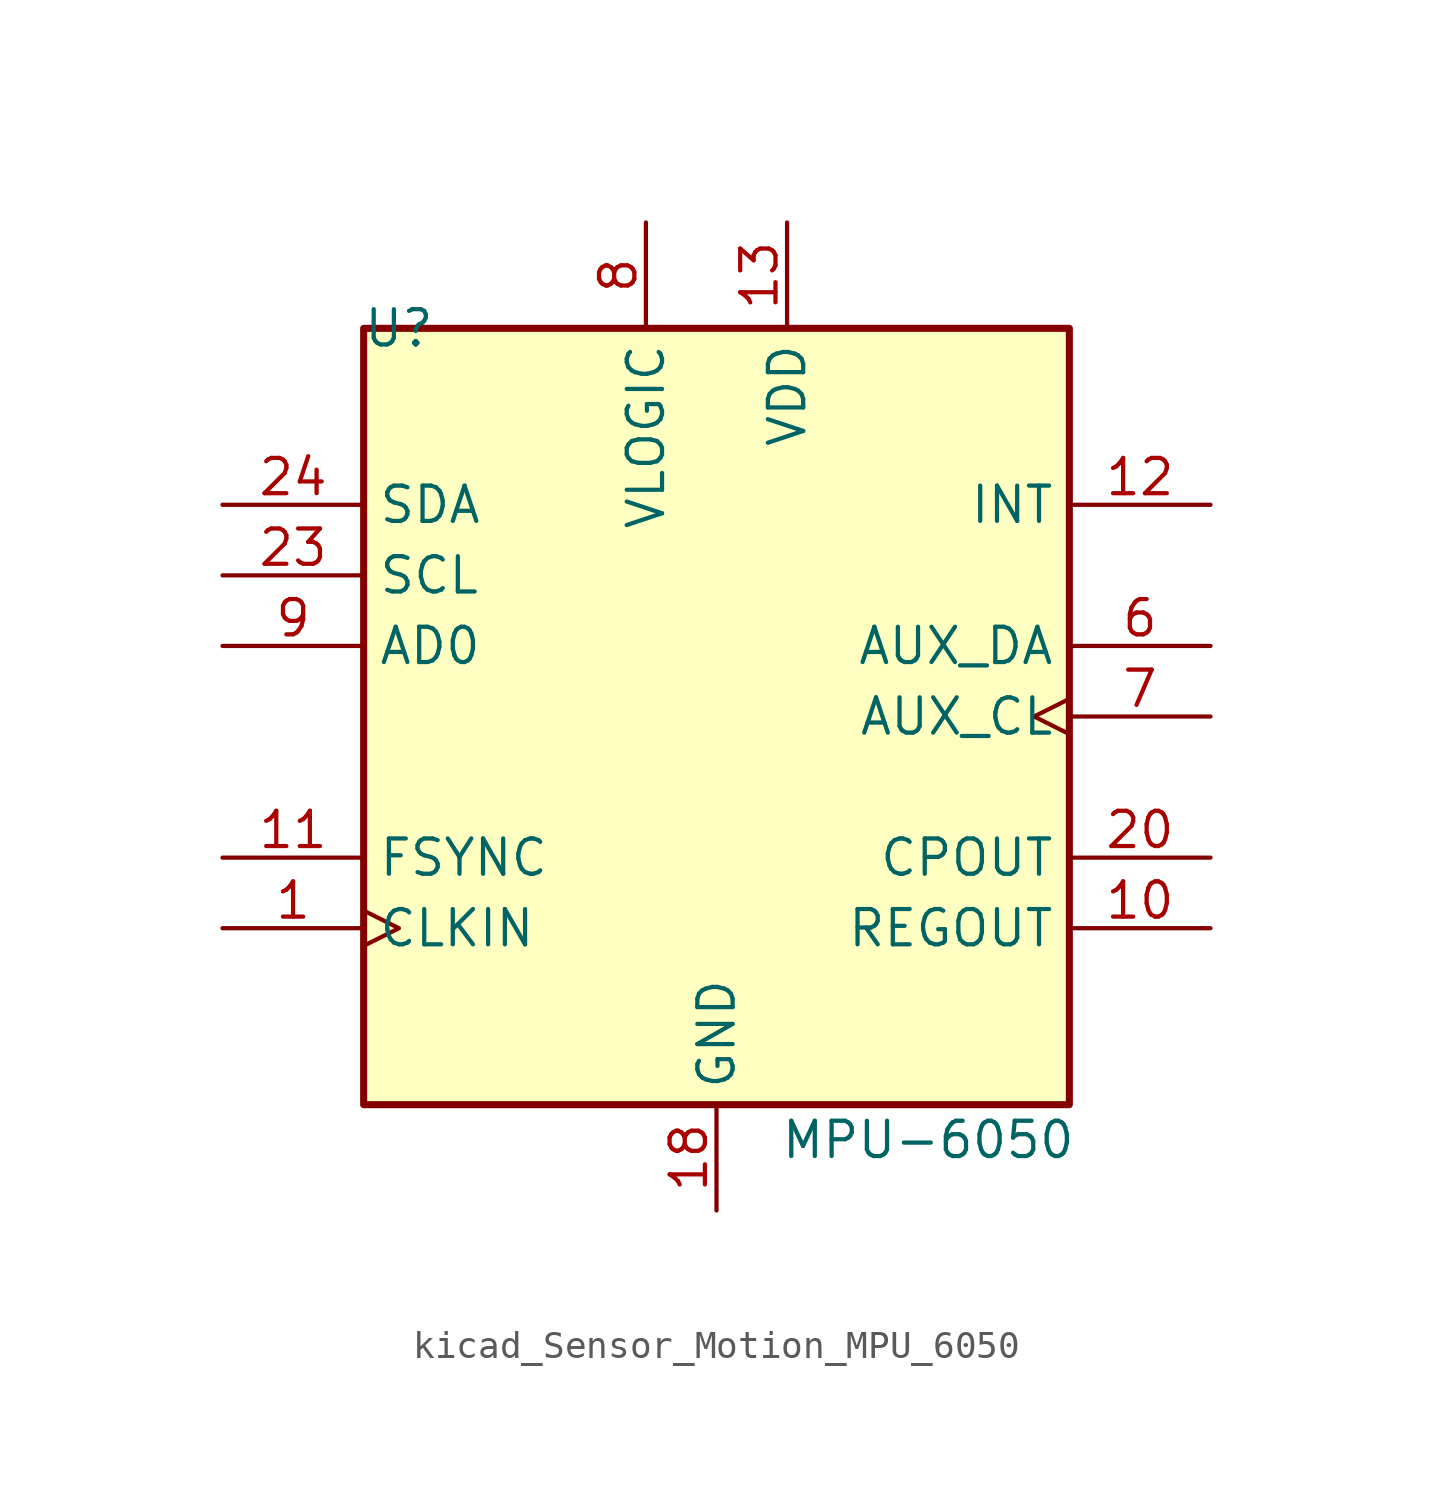
<source format=kicad_sym>
(kicad_symbol_lib
  (version 20220914)
  (generator kicad_symbol_editor)
  (symbol "kicad_Sensor_Motion_MPU_6050"
    (property "Reference" "U"
      (at -11.43 13.97 0)
      (effects (font (size 1.27 1.27))))
    (property "Value" "MPU-6050"
      (at 7.62 -15.24 0)
      (effects (font (size 1.27 1.27))))
    (symbol "kicad_Sensor_Motion_MPU_6050_0_0"
      (text "" (at 12.7 -2.54 0) (effects (font (size 1.27 1.27)))))
    (symbol "kicad_Sensor_Motion_MPU_6050_0_1"
      (rectangle (start -12.7 13.97) (end 12.7 -13.97) (stroke (width 0.254) (type default)) (fill (type background))))
    (symbol "kicad_Sensor_Motion_MPU_6050_1_1"
      (pin input clock (at -17.78 -7.62 0) (length 5.08) (name "CLKIN" (effects (font (size 1.27 1.27)))) (number "1" (effects (font (size 1.27 1.27)))))
      (pin passive line (at 17.78 -7.62 180) (length 5.08) (name "REGOUT" (effects (font (size 1.27 1.27)))) (number "10" (effects (font (size 1.27 1.27)))))
      (pin input line (at -17.78 -5.08 0) (length 5.08) (name "FSYNC" (effects (font (size 1.27 1.27)))) (number "11" (effects (font (size 1.27 1.27)))))
      (pin output line (at 17.78 7.62 180) (length 5.08) (name "INT" (effects (font (size 1.27 1.27)))) (number "12" (effects (font (size 1.27 1.27)))))
      (pin power_in line (at 2.54 17.78 270) (length 3.81) (name "VDD" (effects (font (size 1.27 1.27)))) (number "13" (effects (font (size 1.27 1.27)))))
      (pin no_connect line (at -12.7 -10.16 0) (length 2.54) hide (name "NC" (effects (font (size 1.27 1.27)))) (number "14" (effects (font (size 1.27 1.27)))))
      (pin no_connect line (at 12.7 12.7 180) (length 2.54) hide (name "NC" (effects (font (size 1.27 1.27)))) (number "15" (effects (font (size 1.27 1.27)))))
      (pin no_connect line (at 12.7 10.16 180) (length 2.54) hide (name "NC" (effects (font (size 1.27 1.27)))) (number "16" (effects (font (size 1.27 1.27)))))
      (pin no_connect line (at 12.7 5.08 180) (length 2.54) hide (name "NC" (effects (font (size 1.27 1.27)))) (number "17" (effects (font (size 1.27 1.27)))))
      (pin power_in line (at 0 -17.78 90) (length 3.81) (name "GND" (effects (font (size 1.27 1.27)))) (number "18" (effects (font (size 1.27 1.27)))))
      (pin no_connect line (at 12.7 -10.16 180) (length 2.54) hide (name "RESV" (effects (font (size 1.27 1.27)))) (number "19" (effects (font (size 1.27 1.27)))))
      (pin no_connect line (at -12.7 12.7 0) (length 2.54) hide (name "NC" (effects (font (size 1.27 1.27)))) (number "2" (effects (font (size 1.27 1.27)))))
      (pin passive line (at 17.78 -5.08 180) (length 5.08) (name "CPOUT" (effects (font (size 1.27 1.27)))) (number "20" (effects (font (size 1.27 1.27)))))
      (pin no_connect line (at 12.7 -2.54 180) (length 2.54) hide (name "RESV" (effects (font (size 1.27 1.27)))) (number "21" (effects (font (size 1.27 1.27)))))
      (pin no_connect line (at 12.7 -12.7 180) (length 2.54) hide (name "RESV" (effects (font (size 1.27 1.27)))) (number "22" (effects (font (size 1.27 1.27)))))
      (pin input line (at -17.78 5.08 0) (length 5.08) (name "SCL" (effects (font (size 1.27 1.27)))) (number "23" (effects (font (size 1.27 1.27)))))
      (pin bidirectional line (at -17.78 7.62 0) (length 5.08) (name "SDA" (effects (font (size 1.27 1.27)))) (number "24" (effects (font (size 1.27 1.27)))))
      (pin no_connect line (at -12.7 10.16 0) (length 2.54) hide (name "NC" (effects (font (size 1.27 1.27)))) (number "3" (effects (font (size 1.27 1.27)))))
      (pin no_connect line (at -12.7 0 0) (length 2.54) hide (name "NC" (effects (font (size 1.27 1.27)))) (number "4" (effects (font (size 1.27 1.27)))))
      (pin no_connect line (at -12.7 -2.54 0) (length 2.54) hide (name "NC" (effects (font (size 1.27 1.27)))) (number "5" (effects (font (size 1.27 1.27)))))
      (pin bidirectional line (at 17.78 2.54 180) (length 5.08) (name "AUX_DA" (effects (font (size 1.27 1.27)))) (number "6" (effects (font (size 1.27 1.27)))))
      (pin output clock (at 17.78 0 180) (length 5.08) (name "AUX_CL" (effects (font (size 1.27 1.27)))) (number "7" (effects (font (size 1.27 1.27)))))
      (pin power_in line (at -2.54 17.78 270) (length 3.81) (name "VLOGIC" (effects (font (size 1.27 1.27)))) (number "8" (effects (font (size 1.27 1.27)))))
      (pin input line (at -17.78 2.54 0) (length 5.08) (name "AD0" (effects (font (size 1.27 1.27)))) (number "9" (effects (font (size 1.27 1.27))))))))
</source>
